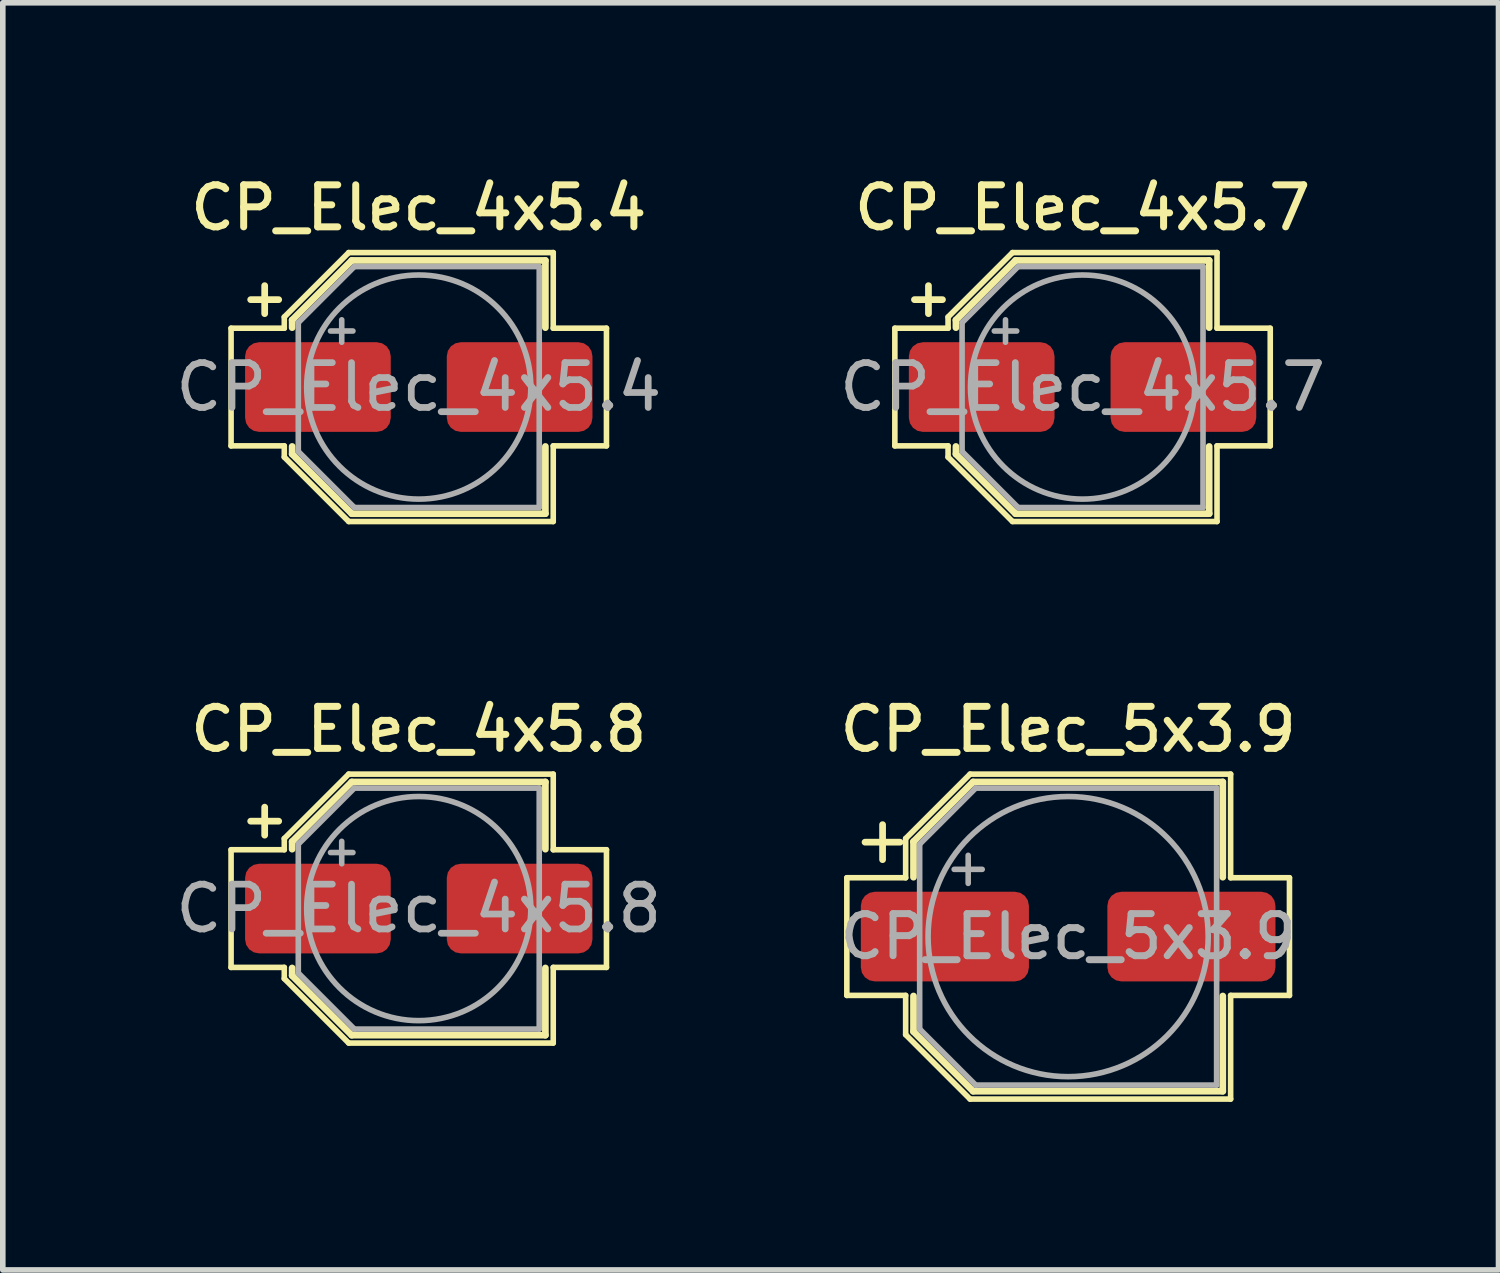
<source format=kicad_pcb>
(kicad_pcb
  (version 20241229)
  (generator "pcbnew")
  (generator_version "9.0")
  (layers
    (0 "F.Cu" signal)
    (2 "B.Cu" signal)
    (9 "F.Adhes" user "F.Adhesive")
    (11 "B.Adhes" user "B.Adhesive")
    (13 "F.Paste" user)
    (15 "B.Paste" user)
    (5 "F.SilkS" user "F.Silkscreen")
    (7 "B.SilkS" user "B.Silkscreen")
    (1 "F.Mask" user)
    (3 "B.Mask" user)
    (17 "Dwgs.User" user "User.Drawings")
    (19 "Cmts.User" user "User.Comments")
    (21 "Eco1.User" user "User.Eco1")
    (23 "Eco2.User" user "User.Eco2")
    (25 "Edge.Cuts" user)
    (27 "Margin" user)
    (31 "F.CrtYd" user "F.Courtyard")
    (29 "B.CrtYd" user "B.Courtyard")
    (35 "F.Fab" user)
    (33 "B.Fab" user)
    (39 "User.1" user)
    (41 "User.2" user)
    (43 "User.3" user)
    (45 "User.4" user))
  (footprint "CP_Elec_4x5.8"
    (layer "F.Cu")
    (at 4.424 13.166)
    (property "Reference" "CP_Elec_4x5.8" (at 0 -3.2 0) (layer "F.SilkS") (effects (font (size 0.75 0.75) (thickness 0.125))))
    (attr smd)
    (fp_line (start -3.35 -1.05) (end -3.35 1.05) (stroke (width 0.1) (type solid)) (layer "F.SilkS"))
    (fp_line (start -3.35 1.05) (end -2.4 1.05) (stroke (width 0.1) (type solid)) (layer "F.SilkS"))
    (fp_line (start -3 -1.56) (end -2.5 -1.56) (stroke (width 0.12) (type solid)) (layer "F.SilkS"))
    (fp_line (start -2.75 -1.81) (end -2.75 -1.31) (stroke (width 0.12) (type solid)) (layer "F.SilkS"))
    (fp_line (start -2.4 -1.25) (end -2.4 -1.05) (stroke (width 0.1) (type solid)) (layer "F.SilkS"))
    (fp_line (start -2.4 -1.25) (end -1.25 -2.4) (stroke (width 0.1) (type solid)) (layer "F.SilkS"))
    (fp_line (start -2.4 -1.05) (end -3.35 -1.05) (stroke (width 0.1) (type solid)) (layer "F.SilkS"))
    (fp_line (start -2.4 1.05) (end -2.4 1.25) (stroke (width 0.1) (type solid)) (layer "F.SilkS"))
    (fp_line (start -2.4 1.25) (end -1.25 2.4) (stroke (width 0.1) (type solid)) (layer "F.SilkS"))
    (fp_line (start -2.26 -1.196) (end -2.26 -1.06) (stroke (width 0.12) (type solid)) (layer "F.SilkS"))
    (fp_line (start -2.26 -1.196) (end -1.196 -2.26) (stroke (width 0.12) (type solid)) (layer "F.SilkS"))
    (fp_line (start -2.26 1.196) (end -2.26 1.06) (stroke (width 0.12) (type solid)) (layer "F.SilkS"))
    (fp_line (start -2.26 1.196) (end -1.196 2.26) (stroke (width 0.12) (type solid)) (layer "F.SilkS"))
    (fp_line (start -1.25 -2.4) (end 2.4 -2.4) (stroke (width 0.1) (type solid)) (layer "F.SilkS"))
    (fp_line (start -1.25 2.4) (end 2.4 2.4) (stroke (width 0.1) (type solid)) (layer "F.SilkS"))
    (fp_line (start -1.196 -2.26) (end 2.26 -2.26) (stroke (width 0.12) (type solid)) (layer "F.SilkS"))
    (fp_line (start -1.196 2.26) (end 2.26 2.26) (stroke (width 0.12) (type solid)) (layer "F.SilkS"))
    (fp_line (start 2.26 -2.26) (end 2.26 -1.06) (stroke (width 0.12) (type solid)) (layer "F.SilkS"))
    (fp_line (start 2.26 2.26) (end 2.26 1.06) (stroke (width 0.12) (type solid)) (layer "F.SilkS"))
    (fp_line (start 2.4 -2.4) (end 2.4 -1.05) (stroke (width 0.1) (type solid)) (layer "F.SilkS"))
    (fp_line (start 2.4 -1.05) (end 3.35 -1.05) (stroke (width 0.1) (type solid)) (layer "F.SilkS"))
    (fp_line (start 2.4 1.05) (end 2.4 2.4) (stroke (width 0.1) (type solid)) (layer "F.SilkS"))
    (fp_line (start 3.35 -1.05) (end 3.35 1.05) (stroke (width 0.1) (type solid)) (layer "F.SilkS"))
    (fp_line (start 3.35 1.05) (end 2.4 1.05) (stroke (width 0.1) (type solid)) (layer "F.SilkS"))
    (fp_line (start -2.15 -1.15) (end -2.15 1.15) (stroke (width 0.1) (type solid)) (layer "F.Fab"))
    (fp_line (start -2.15 -1.15) (end -1.15 -2.15) (stroke (width 0.1) (type solid)) (layer "F.Fab"))
    (fp_line (start -2.15 1.15) (end -1.15 2.15) (stroke (width 0.1) (type solid)) (layer "F.Fab"))
    (fp_line (start -1.575 -1) (end -1.175 -1) (stroke (width 0.1) (type solid)) (layer "F.Fab"))
    (fp_line (start -1.375 -1.2) (end -1.375 -0.8) (stroke (width 0.1) (type solid)) (layer "F.Fab"))
    (fp_line (start -1.15 -2.15) (end 2.15 -2.15) (stroke (width 0.1) (type solid)) (layer "F.Fab"))
    (fp_line (start -1.15 2.15) (end 2.15 2.15) (stroke (width 0.1) (type solid)) (layer "F.Fab"))
    (fp_line (start 2.15 -2.15) (end 2.15 2.15) (stroke (width 0.1) (type solid)) (layer "F.Fab"))
    (fp_circle (center 0 0) (end 2 0) (stroke (width 0.1) (type solid)) (fill no) (layer "F.Fab"))
    (fp_text user "${REFERENCE}" (at 0 0 0) (layer "F.Fab") (effects (font (size 0.8 0.8) (thickness 0.12))))
    (pad "1" smd roundrect (at -1.8 0) (size 2.6 1.6) (layers "F.Cu" "F.Mask" "F.Paste") (roundrect_rratio 0.156))
    (pad "2" smd roundrect (at 1.8 0) (size 2.6 1.6) (layers "F.Cu" "F.Mask" "F.Paste") (roundrect_rratio 0.156)))
  (footprint "CP_Elec_4x5.4"
    (layer "F.Cu")
    (at 4.424 3.858)
    (property "Reference" "CP_Elec_4x5.4" (at 0 -3.2 0) (layer "F.SilkS") (effects (font (size 0.75 0.75) (thickness 0.125))))
    (attr smd)
    (fp_line (start -3.35 -1.05) (end -3.35 1.05) (stroke (width 0.1) (type solid)) (layer "F.SilkS"))
    (fp_line (start -3.35 1.05) (end -2.4 1.05) (stroke (width 0.1) (type solid)) (layer "F.SilkS"))
    (fp_line (start -3 -1.56) (end -2.5 -1.56) (stroke (width 0.12) (type solid)) (layer "F.SilkS"))
    (fp_line (start -2.75 -1.81) (end -2.75 -1.31) (stroke (width 0.12) (type solid)) (layer "F.SilkS"))
    (fp_line (start -2.4 -1.25) (end -2.4 -1.05) (stroke (width 0.1) (type solid)) (layer "F.SilkS"))
    (fp_line (start -2.4 -1.25) (end -1.25 -2.4) (stroke (width 0.1) (type solid)) (layer "F.SilkS"))
    (fp_line (start -2.4 -1.05) (end -3.35 -1.05) (stroke (width 0.1) (type solid)) (layer "F.SilkS"))
    (fp_line (start -2.4 1.05) (end -2.4 1.25) (stroke (width 0.1) (type solid)) (layer "F.SilkS"))
    (fp_line (start -2.4 1.25) (end -1.25 2.4) (stroke (width 0.1) (type solid)) (layer "F.SilkS"))
    (fp_line (start -2.26 -1.196) (end -2.26 -1.06) (stroke (width 0.12) (type solid)) (layer "F.SilkS"))
    (fp_line (start -2.26 -1.196) (end -1.196 -2.26) (stroke (width 0.12) (type solid)) (layer "F.SilkS"))
    (fp_line (start -2.26 1.196) (end -2.26 1.06) (stroke (width 0.12) (type solid)) (layer "F.SilkS"))
    (fp_line (start -2.26 1.196) (end -1.196 2.26) (stroke (width 0.12) (type solid)) (layer "F.SilkS"))
    (fp_line (start -1.25 -2.4) (end 2.4 -2.4) (stroke (width 0.1) (type solid)) (layer "F.SilkS"))
    (fp_line (start -1.25 2.4) (end 2.4 2.4) (stroke (width 0.1) (type solid)) (layer "F.SilkS"))
    (fp_line (start -1.196 -2.26) (end 2.26 -2.26) (stroke (width 0.12) (type solid)) (layer "F.SilkS"))
    (fp_line (start -1.196 2.26) (end 2.26 2.26) (stroke (width 0.12) (type solid)) (layer "F.SilkS"))
    (fp_line (start 2.26 -2.26) (end 2.26 -1.06) (stroke (width 0.12) (type solid)) (layer "F.SilkS"))
    (fp_line (start 2.26 2.26) (end 2.26 1.06) (stroke (width 0.12) (type solid)) (layer "F.SilkS"))
    (fp_line (start 2.4 -2.4) (end 2.4 -1.05) (stroke (width 0.1) (type solid)) (layer "F.SilkS"))
    (fp_line (start 2.4 -1.05) (end 3.35 -1.05) (stroke (width 0.1) (type solid)) (layer "F.SilkS"))
    (fp_line (start 2.4 1.05) (end 2.4 2.4) (stroke (width 0.1) (type solid)) (layer "F.SilkS"))
    (fp_line (start 3.35 -1.05) (end 3.35 1.05) (stroke (width 0.1) (type solid)) (layer "F.SilkS"))
    (fp_line (start 3.35 1.05) (end 2.4 1.05) (stroke (width 0.1) (type solid)) (layer "F.SilkS"))
    (fp_line (start -2.15 -1.15) (end -2.15 1.15) (stroke (width 0.1) (type solid)) (layer "F.Fab"))
    (fp_line (start -2.15 -1.15) (end -1.15 -2.15) (stroke (width 0.1) (type solid)) (layer "F.Fab"))
    (fp_line (start -2.15 1.15) (end -1.15 2.15) (stroke (width 0.1) (type solid)) (layer "F.Fab"))
    (fp_line (start -1.575 -1) (end -1.175 -1) (stroke (width 0.1) (type solid)) (layer "F.Fab"))
    (fp_line (start -1.375 -1.2) (end -1.375 -0.8) (stroke (width 0.1) (type solid)) (layer "F.Fab"))
    (fp_line (start -1.15 -2.15) (end 2.15 -2.15) (stroke (width 0.1) (type solid)) (layer "F.Fab"))
    (fp_line (start -1.15 2.15) (end 2.15 2.15) (stroke (width 0.1) (type solid)) (layer "F.Fab"))
    (fp_line (start 2.15 -2.15) (end 2.15 2.15) (stroke (width 0.1) (type solid)) (layer "F.Fab"))
    (fp_circle (center 0 0) (end 2 0) (stroke (width 0.1) (type solid)) (fill no) (layer "F.Fab"))
    (fp_text user "${REFERENCE}" (at 0 0 0) (layer "F.Fab") (effects (font (size 0.8 0.8) (thickness 0.12))))
    (pad "1" smd roundrect (at -1.8 0) (size 2.6 1.6) (layers "F.Cu" "F.Mask" "F.Paste") (roundrect_rratio 0.156))
    (pad "2" smd roundrect (at 1.8 0) (size 2.6 1.6) (layers "F.Cu" "F.Mask" "F.Paste") (roundrect_rratio 0.156)))
  (footprint "CP_Elec_5x3.9"
    (layer "F.Cu")
    (at 16.014 13.666)
    (property "Reference" "CP_Elec_5x3.9" (at 0 -3.7 0) (layer "F.SilkS") (effects (font (size 0.75 0.75) (thickness 0.125))))
    (attr smd)
    (fp_line (start -3.95 -1.05) (end -3.95 1.05) (stroke (width 0.1) (type solid)) (layer "F.SilkS"))
    (fp_line (start -3.95 1.05) (end -2.9 1.05) (stroke (width 0.1) (type solid)) (layer "F.SilkS"))
    (fp_line (start -3.625 -1.685) (end -3 -1.685) (stroke (width 0.12) (type solid)) (layer "F.SilkS"))
    (fp_line (start -3.312 -1.998) (end -3.312 -1.373) (stroke (width 0.12) (type solid)) (layer "F.SilkS"))
    (fp_line (start -2.9 -1.75) (end -2.9 -1.05) (stroke (width 0.1) (type solid)) (layer "F.SilkS"))
    (fp_line (start -2.9 -1.75) (end -1.75 -2.9) (stroke (width 0.1) (type solid)) (layer "F.SilkS"))
    (fp_line (start -2.9 -1.05) (end -3.95 -1.05) (stroke (width 0.1) (type solid)) (layer "F.SilkS"))
    (fp_line (start -2.9 1.05) (end -2.9 1.75) (stroke (width 0.1) (type solid)) (layer "F.SilkS"))
    (fp_line (start -2.9 1.75) (end -1.75 2.9) (stroke (width 0.1) (type solid)) (layer "F.SilkS"))
    (fp_line (start -2.76 -1.696) (end -2.76 -1.06) (stroke (width 0.12) (type solid)) (layer "F.SilkS"))
    (fp_line (start -2.76 -1.696) (end -1.696 -2.76) (stroke (width 0.12) (type solid)) (layer "F.SilkS"))
    (fp_line (start -2.76 1.696) (end -2.76 1.06) (stroke (width 0.12) (type solid)) (layer "F.SilkS"))
    (fp_line (start -2.76 1.696) (end -1.696 2.76) (stroke (width 0.12) (type solid)) (layer "F.SilkS"))
    (fp_line (start -1.75 -2.9) (end 2.9 -2.9) (stroke (width 0.1) (type solid)) (layer "F.SilkS"))
    (fp_line (start -1.75 2.9) (end 2.9 2.9) (stroke (width 0.1) (type solid)) (layer "F.SilkS"))
    (fp_line (start -1.696 -2.76) (end 2.76 -2.76) (stroke (width 0.12) (type solid)) (layer "F.SilkS"))
    (fp_line (start -1.696 2.76) (end 2.76 2.76) (stroke (width 0.12) (type solid)) (layer "F.SilkS"))
    (fp_line (start 2.76 -2.76) (end 2.76 -1.06) (stroke (width 0.12) (type solid)) (layer "F.SilkS"))
    (fp_line (start 2.76 2.76) (end 2.76 1.06) (stroke (width 0.12) (type solid)) (layer "F.SilkS"))
    (fp_line (start 2.9 -2.9) (end 2.9 -1.05) (stroke (width 0.1) (type solid)) (layer "F.SilkS"))
    (fp_line (start 2.9 -1.05) (end 3.95 -1.05) (stroke (width 0.1) (type solid)) (layer "F.SilkS"))
    (fp_line (start 2.9 1.05) (end 2.9 2.9) (stroke (width 0.1) (type solid)) (layer "F.SilkS"))
    (fp_line (start 3.95 -1.05) (end 3.95 1.05) (stroke (width 0.1) (type solid)) (layer "F.SilkS"))
    (fp_line (start 3.95 1.05) (end 2.9 1.05) (stroke (width 0.1) (type solid)) (layer "F.SilkS"))
    (fp_line (start -2.65 -1.65) (end -2.65 1.65) (stroke (width 0.1) (type solid)) (layer "F.Fab"))
    (fp_line (start -2.65 -1.65) (end -1.65 -2.65) (stroke (width 0.1) (type solid)) (layer "F.Fab"))
    (fp_line (start -2.65 1.65) (end -1.65 2.65) (stroke (width 0.1) (type solid)) (layer "F.Fab"))
    (fp_line (start -2.034 -1.2) (end -1.534 -1.2) (stroke (width 0.1) (type solid)) (layer "F.Fab"))
    (fp_line (start -1.784 -1.45) (end -1.784 -0.95) (stroke (width 0.1) (type solid)) (layer "F.Fab"))
    (fp_line (start -1.65 -2.65) (end 2.65 -2.65) (stroke (width 0.1) (type solid)) (layer "F.Fab"))
    (fp_line (start -1.65 2.65) (end 2.65 2.65) (stroke (width 0.1) (type solid)) (layer "F.Fab"))
    (fp_line (start 2.65 -2.65) (end 2.65 2.65) (stroke (width 0.1) (type solid)) (layer "F.Fab"))
    (fp_circle (center 0 0) (end 2.5 0) (stroke (width 0.1) (type solid)) (fill no) (layer "F.Fab"))
    (fp_text user "${REFERENCE}" (at 0 0 0) (layer "F.Fab") (effects (font (size 0.75 0.75) (thickness 0.125))))
    (pad "1" smd roundrect (at -2.2 0) (size 3 1.6) (layers "F.Cu" "F.Mask" "F.Paste") (roundrect_rratio 0.156))
    (pad "2" smd roundrect (at 2.2 0) (size 3 1.6) (layers "F.Cu" "F.Mask" "F.Paste") (roundrect_rratio 0.156)))
  (footprint "CP_Elec_4x5.7"
    (layer "F.Cu")
    (at 16.271 3.858)
    (property "Reference" "CP_Elec_4x5.7" (at 0 -3.2 0) (layer "F.SilkS") (effects (font (size 0.75 0.75) (thickness 0.125))))
    (attr smd)
    (fp_line (start -3.35 -1.05) (end -3.35 1.05) (stroke (width 0.1) (type solid)) (layer "F.SilkS"))
    (fp_line (start -3.35 1.05) (end -2.4 1.05) (stroke (width 0.1) (type solid)) (layer "F.SilkS"))
    (fp_line (start -3 -1.56) (end -2.5 -1.56) (stroke (width 0.12) (type solid)) (layer "F.SilkS"))
    (fp_line (start -2.75 -1.81) (end -2.75 -1.31) (stroke (width 0.12) (type solid)) (layer "F.SilkS"))
    (fp_line (start -2.4 -1.25) (end -2.4 -1.05) (stroke (width 0.1) (type solid)) (layer "F.SilkS"))
    (fp_line (start -2.4 -1.25) (end -1.25 -2.4) (stroke (width 0.1) (type solid)) (layer "F.SilkS"))
    (fp_line (start -2.4 -1.05) (end -3.35 -1.05) (stroke (width 0.1) (type solid)) (layer "F.SilkS"))
    (fp_line (start -2.4 1.05) (end -2.4 1.25) (stroke (width 0.1) (type solid)) (layer "F.SilkS"))
    (fp_line (start -2.4 1.25) (end -1.25 2.4) (stroke (width 0.1) (type solid)) (layer "F.SilkS"))
    (fp_line (start -2.26 -1.196) (end -2.26 -1.06) (stroke (width 0.12) (type solid)) (layer "F.SilkS"))
    (fp_line (start -2.26 -1.196) (end -1.196 -2.26) (stroke (width 0.12) (type solid)) (layer "F.SilkS"))
    (fp_line (start -2.26 1.196) (end -2.26 1.06) (stroke (width 0.12) (type solid)) (layer "F.SilkS"))
    (fp_line (start -2.26 1.196) (end -1.196 2.26) (stroke (width 0.12) (type solid)) (layer "F.SilkS"))
    (fp_line (start -1.25 -2.4) (end 2.4 -2.4) (stroke (width 0.1) (type solid)) (layer "F.SilkS"))
    (fp_line (start -1.25 2.4) (end 2.4 2.4) (stroke (width 0.1) (type solid)) (layer "F.SilkS"))
    (fp_line (start -1.196 -2.26) (end 2.26 -2.26) (stroke (width 0.12) (type solid)) (layer "F.SilkS"))
    (fp_line (start -1.196 2.26) (end 2.26 2.26) (stroke (width 0.12) (type solid)) (layer "F.SilkS"))
    (fp_line (start 2.26 -2.26) (end 2.26 -1.06) (stroke (width 0.12) (type solid)) (layer "F.SilkS"))
    (fp_line (start 2.26 2.26) (end 2.26 1.06) (stroke (width 0.12) (type solid)) (layer "F.SilkS"))
    (fp_line (start 2.4 -2.4) (end 2.4 -1.05) (stroke (width 0.1) (type solid)) (layer "F.SilkS"))
    (fp_line (start 2.4 -1.05) (end 3.35 -1.05) (stroke (width 0.1) (type solid)) (layer "F.SilkS"))
    (fp_line (start 2.4 1.05) (end 2.4 2.4) (stroke (width 0.1) (type solid)) (layer "F.SilkS"))
    (fp_line (start 3.35 -1.05) (end 3.35 1.05) (stroke (width 0.1) (type solid)) (layer "F.SilkS"))
    (fp_line (start 3.35 1.05) (end 2.4 1.05) (stroke (width 0.1) (type solid)) (layer "F.SilkS"))
    (fp_line (start -2.15 -1.15) (end -2.15 1.15) (stroke (width 0.1) (type solid)) (layer "F.Fab"))
    (fp_line (start -2.15 -1.15) (end -1.15 -2.15) (stroke (width 0.1) (type solid)) (layer "F.Fab"))
    (fp_line (start -2.15 1.15) (end -1.15 2.15) (stroke (width 0.1) (type solid)) (layer "F.Fab"))
    (fp_line (start -1.575 -1) (end -1.175 -1) (stroke (width 0.1) (type solid)) (layer "F.Fab"))
    (fp_line (start -1.375 -1.2) (end -1.375 -0.8) (stroke (width 0.1) (type solid)) (layer "F.Fab"))
    (fp_line (start -1.15 -2.15) (end 2.15 -2.15) (stroke (width 0.1) (type solid)) (layer "F.Fab"))
    (fp_line (start -1.15 2.15) (end 2.15 2.15) (stroke (width 0.1) (type solid)) (layer "F.Fab"))
    (fp_line (start 2.15 -2.15) (end 2.15 2.15) (stroke (width 0.1) (type solid)) (layer "F.Fab"))
    (fp_circle (center 0 0) (end 2 0) (stroke (width 0.1) (type solid)) (fill no) (layer "F.Fab"))
    (fp_text user "${REFERENCE}" (at 0 0 0) (layer "F.Fab") (effects (font (size 0.8 0.8) (thickness 0.12))))
    (pad "1" smd roundrect (at -1.8 0) (size 2.6 1.6) (layers "F.Cu" "F.Mask" "F.Paste") (roundrect_rratio 0.156))
    (pad "2" smd roundrect (at 1.8 0) (size 2.6 1.6) (layers "F.Cu" "F.Mask" "F.Paste") (roundrect_rratio 0.156)))
  (gr_rect
    (start -3 -3)
    (end 23.695 19.616)
    (stroke (width 0.1) (type default))
    (fill no)
    (layer "Edge.Cuts")))
</source>
